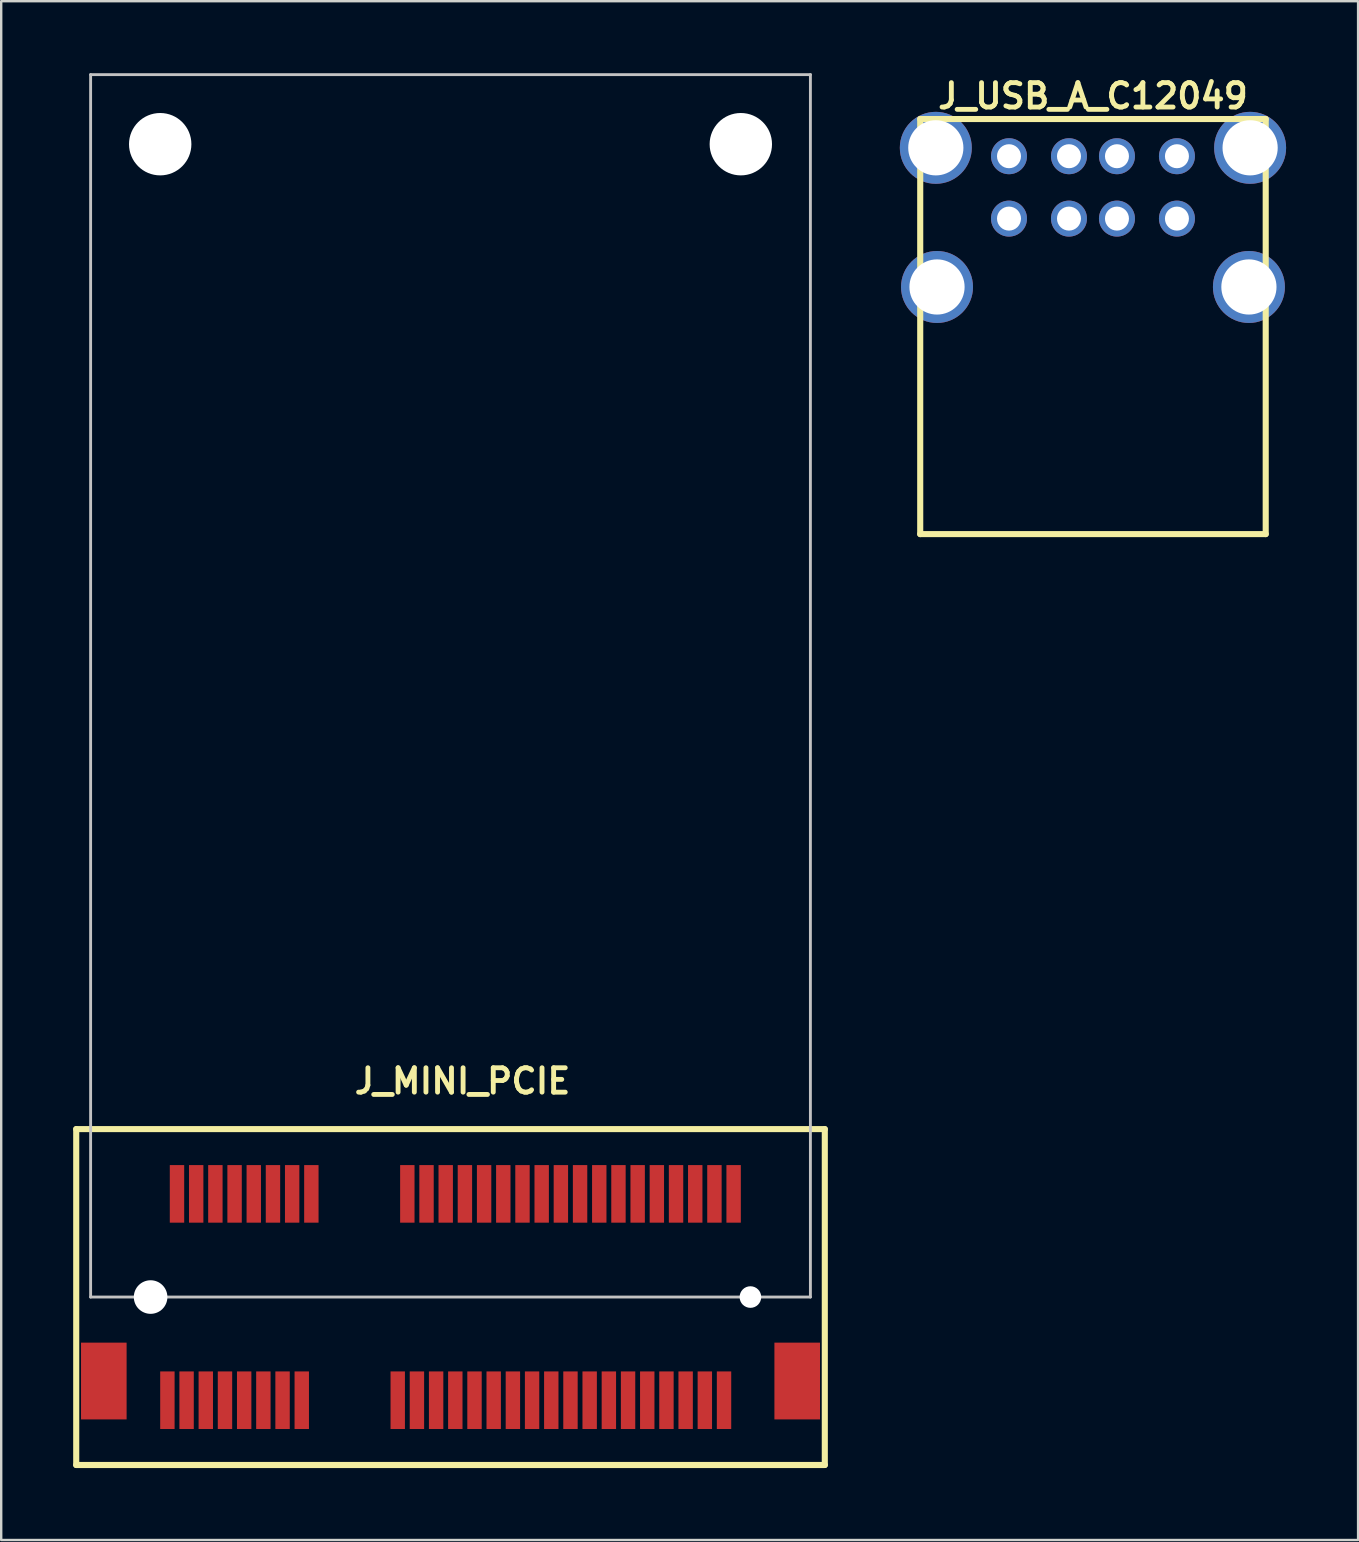
<source format=kicad_pcb>
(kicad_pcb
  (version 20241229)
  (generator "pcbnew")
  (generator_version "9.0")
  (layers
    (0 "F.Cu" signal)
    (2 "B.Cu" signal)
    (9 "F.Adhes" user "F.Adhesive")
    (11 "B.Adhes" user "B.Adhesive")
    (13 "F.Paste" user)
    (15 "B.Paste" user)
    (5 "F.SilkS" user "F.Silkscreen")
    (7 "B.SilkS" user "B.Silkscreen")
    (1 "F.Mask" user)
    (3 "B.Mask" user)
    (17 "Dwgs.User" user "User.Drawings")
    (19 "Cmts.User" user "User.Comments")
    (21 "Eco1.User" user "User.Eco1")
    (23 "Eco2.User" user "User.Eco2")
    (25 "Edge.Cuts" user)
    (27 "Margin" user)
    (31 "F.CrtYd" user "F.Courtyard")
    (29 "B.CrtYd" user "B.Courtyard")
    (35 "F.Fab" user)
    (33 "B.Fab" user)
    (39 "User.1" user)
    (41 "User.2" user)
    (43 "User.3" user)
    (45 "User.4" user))
  (footprint "J_USB_A_C12049"
    (layer "F.Cu")
    (at 42.504 4.761)
    (property "Reference" "J_USB_A_C12049" (at 0 -3.81 0) (layer "F.SilkS") (effects (font (size 1.016 1.016) (thickness 0.203))))
    (property "Value" "${VALUE}" (at 0 16 0) (layer "F.SilkS") (hide yes) (effects (font (size 1.016 0.914) (thickness 0.203) (italic yes))))
    (attr through_hole)
    (fp_line (start -7.2 -2.85) (end -7.2 14.45) (stroke (width 0.254) (type solid)) (layer "F.SilkS"))
    (fp_line (start -7.2 -2.85) (end 7.2 -2.85) (stroke (width 0.254) (type solid)) (layer "F.SilkS"))
    (fp_line (start -7.2 14.45) (end 7.2 14.45) (stroke (width 0.254) (type solid)) (layer "F.SilkS"))
    (fp_line (start 7.2 -2.85) (end 7.2 14.45) (stroke (width 0.254) (type solid)) (layer "F.SilkS"))
    (pad "1" thru_hole circle (at -3.5 -1.3) (size 1.5 1.5) (drill 1) (layers "*.Cu" "*.Mask"))
    (pad "2" thru_hole circle (at -1 -1.3) (size 1.5 1.5) (drill 1) (layers "*.Cu" "*.Mask"))
    (pad "3" thru_hole circle (at 1 -1.3) (size 1.5 1.5) (drill 1) (layers "*.Cu" "*.Mask"))
    (pad "4" thru_hole circle (at 3.5 -1.3) (size 1.5 1.5) (drill 1) (layers "*.Cu" "*.Mask"))
    (pad "5" thru_hole circle (at -3.5 1.3) (size 1.5 1.5) (drill 1) (layers "*.Cu" "*.Mask"))
    (pad "6" thru_hole circle (at -1 1.3) (size 1.5 1.5) (drill 1) (layers "*.Cu" "*.Mask"))
    (pad "7" thru_hole circle (at 1 1.3) (size 1.5 1.5) (drill 1) (layers "*.Cu" "*.Mask"))
    (pad "8" thru_hole circle (at 3.5 1.3) (size 1.5 1.5) (drill 1) (layers "*.Cu" "*.Mask"))
    (pad "S" thru_hole circle (at -6.55 -1.65) (size 3 3) (drill 2.3) (layers "*.Cu" "*.Mask"))
    (pad "S" thru_hole circle (at -6.5 4.15) (size 3 3) (drill 2.3) (layers "*.Cu" "*.Mask"))
    (pad "S" thru_hole circle (at 6.5 4.15) (size 3 3) (drill 2.3) (layers "*.Cu" "*.Mask"))
    (pad "S" thru_hole circle (at 6.55 -1.65) (size 3 3) (drill 2.3) (layers "*.Cu" "*.Mask")))
  (footprint "J_MINI_PCIE"
    (layer "F.Cu")
    (at 3.227 51.01)
    (property "Reference" "J_MINI_PCIE" (at 13 -9 180) (layer "F.SilkS") (effects (font (size 1.016 1.016) (thickness 0.203))))
    (property "Value" "${VALUE}" (at 13 9 180) (layer "F.SilkS") (hide yes) (effects (font (size 1.016 0.914) (thickness 0.203) (italic yes))))
    (attr smd)
    (fp_line (start -3.1 -7) (end -3.1 7) (stroke (width 0.254) (type solid)) (layer "F.SilkS"))
    (fp_line (start -3.1 7) (end 28.1 7) (stroke (width 0.254) (type solid)) (layer "F.SilkS"))
    (fp_line (start 28.1 -7) (end -3.1 -7) (stroke (width 0.254) (type solid)) (layer "F.SilkS"))
    (fp_line (start 28.1 7) (end 28.1 -7) (stroke (width 0.254) (type solid)) (layer "F.SilkS"))
    (fp_line (start -2.5 -50.95) (end -2.5 0) (stroke (width 0.12) (type solid)) (layer "Dwgs.User"))
    (fp_line (start -2.5 -50.95) (end 27.5 -50.95) (stroke (width 0.12) (type solid)) (layer "Dwgs.User"))
    (fp_line (start -2.5 0) (end 27.5 0) (stroke (width 0.12) (type solid)) (layer "Dwgs.User"))
    (fp_line (start 27.5 -50.95) (end 27.5 0) (stroke (width 0.12) (type solid)) (layer "Dwgs.User"))
    (pad "" np_thru_hole circle (at 0 0) (size 1.4 1.4) (drill 1.4) (layers "*.Cu" "*.Mask"))
    (pad "" np_thru_hole circle (at 0.4 -48.05) (size 2.6 2.6) (drill 2.6) (layers "*.Cu" "*.Mask"))
    (pad "" np_thru_hole circle (at 24.6 -48.05) (size 2.6 2.6) (drill 2.6) (layers "*.Cu" "*.Mask"))
    (pad "" np_thru_hole circle (at 25 0) (size 0.9 0.9) (drill 0.9) (layers "*.Cu" "*.Mask"))
    (pad "1" smd rect (at 0.7 4.3) (size 0.6 2.4) (layers "F.Cu" "F.Mask" "F.Paste"))
    (pad "2" smd rect (at 1.1 -4.3) (size 0.6 2.4) (layers "F.Cu" "F.Mask" "F.Paste"))
    (pad "3" smd rect (at 1.5 4.3) (size 0.6 2.4) (layers "F.Cu" "F.Mask" "F.Paste"))
    (pad "4" smd rect (at 1.9 -4.3) (size 0.6 2.4) (layers "F.Cu" "F.Mask" "F.Paste"))
    (pad "5" smd rect (at 2.3 4.3) (size 0.6 2.4) (layers "F.Cu" "F.Mask" "F.Paste"))
    (pad "6" smd rect (at 2.7 -4.3) (size 0.6 2.4) (layers "F.Cu" "F.Mask" "F.Paste"))
    (pad "7" smd rect (at 3.1 4.3) (size 0.6 2.4) (layers "F.Cu" "F.Mask" "F.Paste"))
    (pad "8" smd rect (at 3.5 -4.3) (size 0.6 2.4) (layers "F.Cu" "F.Mask" "F.Paste"))
    (pad "9" smd rect (at 3.9 4.3) (size 0.6 2.4) (layers "F.Cu" "F.Mask" "F.Paste"))
    (pad "10" smd rect (at 4.3 -4.3) (size 0.6 2.4) (layers "F.Cu" "F.Mask" "F.Paste"))
    (pad "11" smd rect (at 4.7 4.3) (size 0.6 2.4) (layers "F.Cu" "F.Mask" "F.Paste"))
    (pad "12" smd rect (at 5.1 -4.3) (size 0.6 2.4) (layers "F.Cu" "F.Mask" "F.Paste"))
    (pad "13" smd rect (at 5.5 4.3) (size 0.6 2.4) (layers "F.Cu" "F.Mask" "F.Paste"))
    (pad "14" smd rect (at 5.9 -4.3) (size 0.6 2.4) (layers "F.Cu" "F.Mask" "F.Paste"))
    (pad "15" smd rect (at 6.3 4.3) (size 0.6 2.4) (layers "F.Cu" "F.Mask" "F.Paste"))
    (pad "16" smd rect (at 6.7 -4.3) (size 0.6 2.4) (layers "F.Cu" "F.Mask" "F.Paste"))
    (pad "17" smd rect (at 10.3 4.3) (size 0.6 2.4) (layers "F.Cu" "F.Mask" "F.Paste"))
    (pad "18" smd rect (at 10.7 -4.3) (size 0.6 2.4) (layers "F.Cu" "F.Mask" "F.Paste"))
    (pad "19" smd rect (at 11.1 4.3) (size 0.6 2.4) (layers "F.Cu" "F.Mask" "F.Paste"))
    (pad "20" smd rect (at 11.5 -4.3) (size 0.6 2.4) (layers "F.Cu" "F.Mask" "F.Paste"))
    (pad "21" smd rect (at 11.9 4.3) (size 0.6 2.4) (layers "F.Cu" "F.Mask" "F.Paste"))
    (pad "22" smd rect (at 12.3 -4.3) (size 0.6 2.4) (layers "F.Cu" "F.Mask" "F.Paste"))
    (pad "23" smd rect (at 12.7 4.3) (size 0.6 2.4) (layers "F.Cu" "F.Mask" "F.Paste"))
    (pad "24" smd rect (at 13.1 -4.3) (size 0.6 2.4) (layers "F.Cu" "F.Mask" "F.Paste"))
    (pad "25" smd rect (at 13.5 4.3) (size 0.6 2.4) (layers "F.Cu" "F.Mask" "F.Paste"))
    (pad "26" smd rect (at 13.9 -4.3) (size 0.6 2.4) (layers "F.Cu" "F.Mask" "F.Paste"))
    (pad "27" smd rect (at 14.3 4.3) (size 0.6 2.4) (layers "F.Cu" "F.Mask" "F.Paste"))
    (pad "28" smd rect (at 14.7 -4.3) (size 0.6 2.4) (layers "F.Cu" "F.Mask" "F.Paste"))
    (pad "29" smd rect (at 15.1 4.3) (size 0.6 2.4) (layers "F.Cu" "F.Mask" "F.Paste"))
    (pad "30" smd rect (at 15.5 -4.3) (size 0.6 2.4) (layers "F.Cu" "F.Mask" "F.Paste"))
    (pad "31" smd rect (at 15.9 4.3) (size 0.6 2.4) (layers "F.Cu" "F.Mask" "F.Paste"))
    (pad "32" smd rect (at 16.3 -4.3) (size 0.6 2.4) (layers "F.Cu" "F.Mask" "F.Paste"))
    (pad "33" smd rect (at 16.7 4.3) (size 0.6 2.4) (layers "F.Cu" "F.Mask" "F.Paste"))
    (pad "34" smd rect (at 17.1 -4.3) (size 0.6 2.4) (layers "F.Cu" "F.Mask" "F.Paste"))
    (pad "35" smd rect (at 17.5 4.3) (size 0.6 2.4) (layers "F.Cu" "F.Mask" "F.Paste"))
    (pad "36" smd rect (at 17.9 -4.3) (size 0.6 2.4) (layers "F.Cu" "F.Mask" "F.Paste"))
    (pad "37" smd rect (at 18.3 4.3) (size 0.6 2.4) (layers "F.Cu" "F.Mask" "F.Paste"))
    (pad "38" smd rect (at 18.7 -4.3) (size 0.6 2.4) (layers "F.Cu" "F.Mask" "F.Paste"))
    (pad "39" smd rect (at 19.1 4.3) (size 0.6 2.4) (layers "F.Cu" "F.Mask" "F.Paste"))
    (pad "40" smd rect (at 19.5 -4.3) (size 0.6 2.4) (layers "F.Cu" "F.Mask" "F.Paste"))
    (pad "41" smd rect (at 19.9 4.3) (size 0.6 2.4) (layers "F.Cu" "F.Mask" "F.Paste"))
    (pad "42" smd rect (at 20.3 -4.3) (size 0.6 2.4) (layers "F.Cu" "F.Mask" "F.Paste"))
    (pad "43" smd rect (at 20.7 4.3) (size 0.6 2.4) (layers "F.Cu" "F.Mask" "F.Paste"))
    (pad "44" smd rect (at 21.1 -4.3) (size 0.6 2.4) (layers "F.Cu" "F.Mask" "F.Paste"))
    (pad "45" smd rect (at 21.5 4.3) (size 0.6 2.4) (layers "F.Cu" "F.Mask" "F.Paste"))
    (pad "46" smd rect (at 21.9 -4.3) (size 0.6 2.4) (layers "F.Cu" "F.Mask" "F.Paste"))
    (pad "47" smd rect (at 22.3 4.3) (size 0.6 2.4) (layers "F.Cu" "F.Mask" "F.Paste"))
    (pad "48" smd rect (at 22.7 -4.3) (size 0.6 2.4) (layers "F.Cu" "F.Mask" "F.Paste"))
    (pad "49" smd rect (at 23.1 4.3) (size 0.6 2.4) (layers "F.Cu" "F.Mask" "F.Paste"))
    (pad "50" smd rect (at 23.5 -4.3) (size 0.6 2.4) (layers "F.Cu" "F.Mask" "F.Paste"))
    (pad "51" smd rect (at 23.9 4.3) (size 0.6 2.4) (layers "F.Cu" "F.Mask" "F.Paste"))
    (pad "52" smd rect (at 24.3 -4.3) (size 0.6 2.4) (layers "F.Cu" "F.Mask" "F.Paste"))
    (pad "S1" smd rect (at -1.95 3.5) (size 1.9 3.2) (layers "F.Cu" "F.Mask" "F.Paste"))
    (pad "S2" smd rect (at 26.95 3.5) (size 1.9 3.2) (layers "F.Cu" "F.Mask" "F.Paste")))
  (gr_rect
    (start -3 -3)
    (end 53.554 61.137)
    (stroke (width 0.1) (type default))
    (fill no)
    (layer "Edge.Cuts")))
</source>
